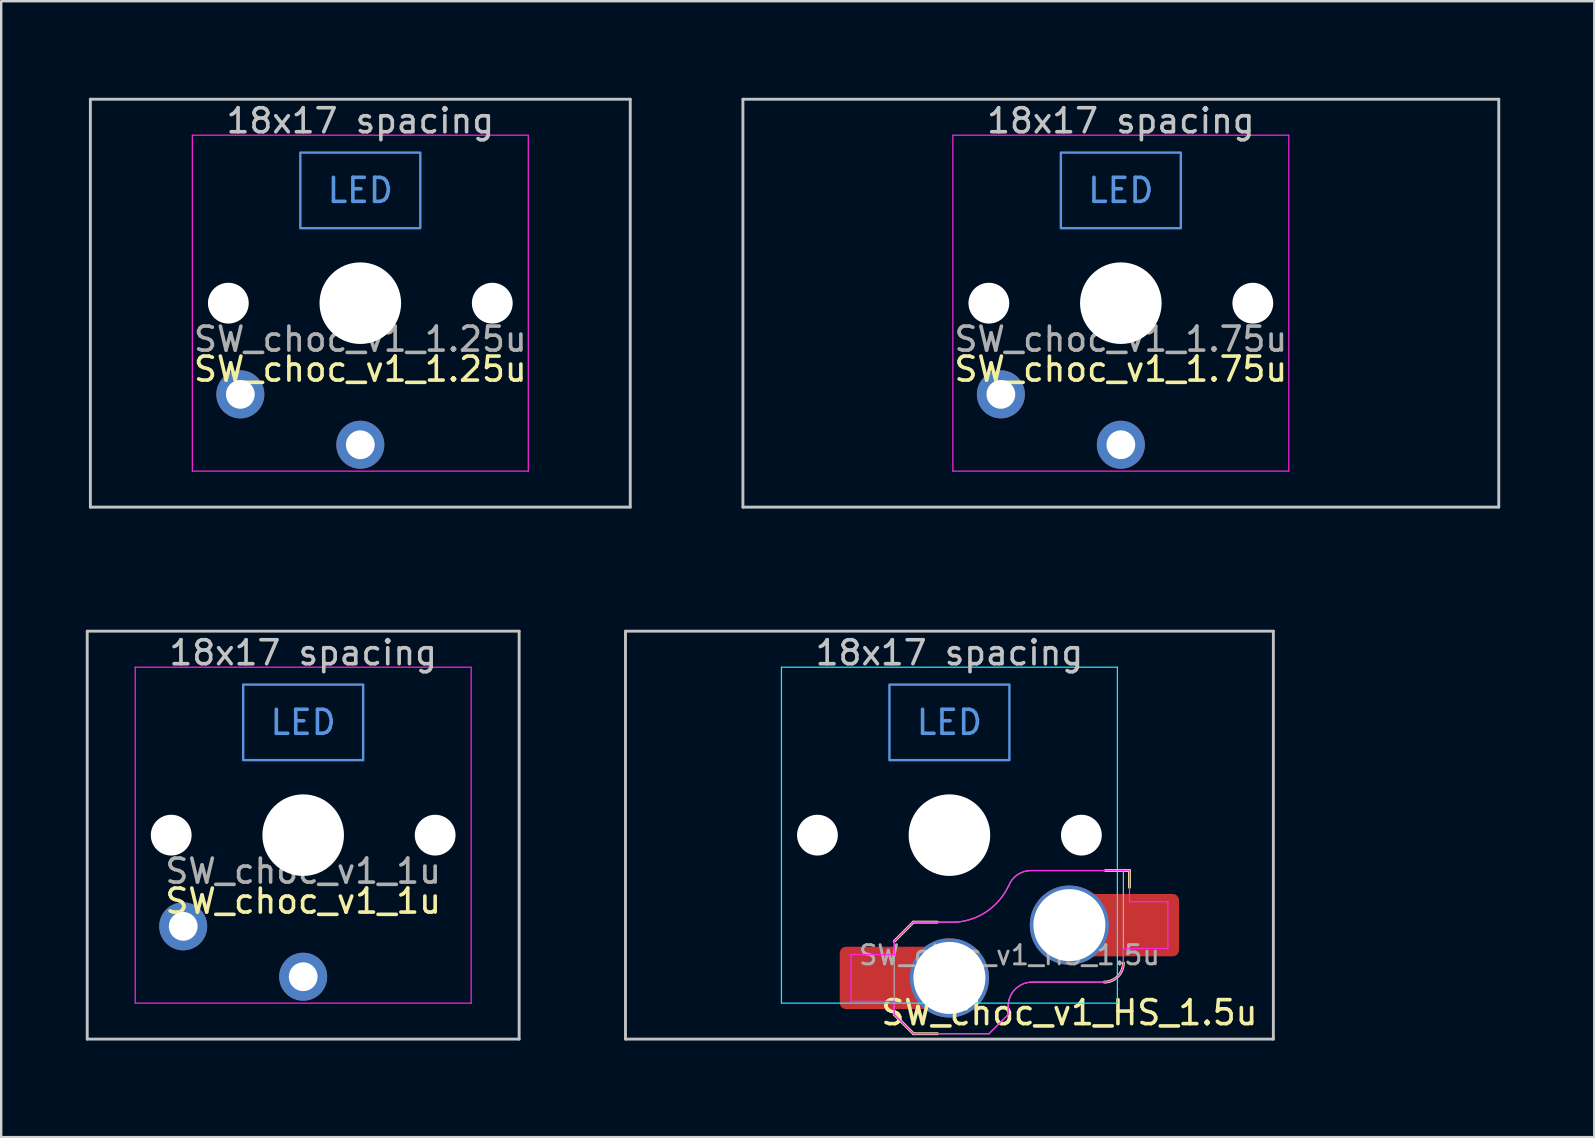
<source format=kicad_pcb>
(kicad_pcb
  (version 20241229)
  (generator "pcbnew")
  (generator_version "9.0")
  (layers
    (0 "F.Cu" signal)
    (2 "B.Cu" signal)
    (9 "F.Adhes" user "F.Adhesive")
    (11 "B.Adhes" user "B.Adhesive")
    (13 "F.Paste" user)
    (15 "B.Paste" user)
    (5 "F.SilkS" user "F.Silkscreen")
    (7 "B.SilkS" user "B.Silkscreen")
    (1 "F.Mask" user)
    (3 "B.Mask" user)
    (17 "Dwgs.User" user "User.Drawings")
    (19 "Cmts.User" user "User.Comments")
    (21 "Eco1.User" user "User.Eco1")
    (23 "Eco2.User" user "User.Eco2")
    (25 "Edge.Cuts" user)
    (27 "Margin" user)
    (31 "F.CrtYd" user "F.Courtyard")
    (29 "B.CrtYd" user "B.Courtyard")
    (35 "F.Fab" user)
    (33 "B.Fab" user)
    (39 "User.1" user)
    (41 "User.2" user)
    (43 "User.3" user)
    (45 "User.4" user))
  (footprint "SW_choc_v1_1u"
    (layer "F.Cu")
    (at 9.585 31.755)
    (property "Reference" "SW_choc_v1_1u" (at 0 2.75 180) (layer "F.SilkS") (effects (font (size 1 1) (thickness 0.15))))
    (attr through_hole exclude_from_pos_files exclude_from_bom)
    (fp_line (start -9 -8.5) (end 9 -8.5) (stroke (width 0.12) (type solid)) (layer "Dwgs.User"))
    (fp_line (start -9 8.5) (end -9 -8.5) (stroke (width 0.12) (type solid)) (layer "Dwgs.User"))
    (fp_line (start 9 -8.5) (end 9 8.5) (stroke (width 0.12) (type solid)) (layer "Dwgs.User"))
    (fp_line (start 9 8.5) (end -9 8.5) (stroke (width 0.12) (type solid)) (layer "Dwgs.User"))
    (fp_rect (start -2.5 -6.275) (end 2.5 -3.125) (stroke (width 0.1) (type default)) (fill no) (layer "Cmts.User"))
    (fp_line (start -9.525 -9.525) (end -9.525 9.525) (stroke (width 0.12) (type solid)) (layer "Eco1.User"))
    (fp_line (start -9.525 9.525) (end 9.525 9.525) (stroke (width 0.12) (type solid)) (layer "Eco1.User"))
    (fp_line (start 9.525 -9.525) (end -9.525 -9.525) (stroke (width 0.12) (type solid)) (layer "Eco1.User"))
    (fp_line (start 9.525 9.525) (end 9.525 -9.525) (stroke (width 0.12) (type solid)) (layer "Eco1.User"))
    (fp_line (start -6.95 6.45) (end -6.95 -6.45) (stroke (width 0.05) (type solid)) (layer "Eco2.User"))
    (fp_line (start -6.45 -6.95) (end 6.45 -6.95) (stroke (width 0.05) (type solid)) (layer "Eco2.User"))
    (fp_line (start 6.45 6.95) (end -6.45 6.95) (stroke (width 0.05) (type solid)) (layer "Eco2.User"))
    (fp_line (start 6.95 -6.45) (end 6.95 6.45) (stroke (width 0.05) (type solid)) (layer "Eco2.User"))
    (fp_arc (start -6.95 -6.45) (mid -6.803553 -6.803553) (end -6.45 -6.95) (stroke (width 0.05) (type solid)) (layer "Eco2.User"))
    (fp_arc (start -6.45 6.95) (mid -6.803553 6.803553) (end -6.95 6.45) (stroke (width 0.05) (type solid)) (layer "Eco2.User"))
    (fp_arc (start 6.45 -6.95) (mid 6.803553 -6.803553) (end 6.95 -6.45) (stroke (width 0.05) (type solid)) (layer "Eco2.User"))
    (fp_arc (start 6.95 6.45) (mid 6.803553 6.803553) (end 6.45 6.95) (stroke (width 0.05) (type solid)) (layer "Eco2.User"))
    (fp_line (start -7 -7) (end 7 -7) (stroke (width 0.05) (type solid)) (layer "F.CrtYd"))
    (fp_line (start -7 7) (end -7 -7) (stroke (width 0.05) (type solid)) (layer "F.CrtYd"))
    (fp_line (start 7 -7) (end 7 7) (stroke (width 0.05) (type solid)) (layer "F.CrtYd"))
    (fp_line (start 7 7) (end -7 7) (stroke (width 0.05) (type solid)) (layer "F.CrtYd"))
    (fp_text user "18x17 spacing" (at 0 -7.6 180) (layer "Dwgs.User") (effects (font (size 1 1) (thickness 0.15))))
    (fp_text user "LED" (at 0 -4.7 0) (unlocked yes) (layer "Cmts.User") (effects (font (size 1 1) (thickness 0.15))))
    (fp_text user "19.05 spacing" (at 0 -8.7 180) (layer "Eco1.User") (effects (font (size 1 1) (thickness 0.15))))
    (fp_text user "${REFERENCE}" (at 0 1.5 0) (layer "F.Fab") (effects (font (size 1 1) (thickness 0.15))))
    (pad "" np_thru_hole circle (at -5.5 0 180) (size 1.7 1.7) (drill 1.7) (layers "*.Cu" "*.Mask"))
    (pad "" np_thru_hole circle (at 0 0 180) (size 3.4 3.4) (drill 3.4) (layers "*.Cu" "*.Mask"))
    (pad "" np_thru_hole circle (at 5.5 0 180) (size 1.7 1.7) (drill 1.7) (layers "*.Cu" "*.Mask"))
    (pad "1" thru_hole circle (at -5 3.8 180) (size 2 2) (drill 1.2) (layers "*.Cu" "B.Mask"))
    (pad "2" thru_hole circle (at 0 5.9 180) (size 2 2) (drill 1.2) (layers "*.Cu" "B.Mask")))
  (footprint "SW_choc_v1_1.75u"
    (layer "F.Cu")
    (at 43.661 9.585)
    (property "Reference" "SW_choc_v1_1.75u" (at 0 2.75 0) (layer "F.SilkS") (effects (font (size 1 1) (thickness 0.15))))
    (attr through_hole exclude_from_pos_files exclude_from_bom)
    (fp_line (start -15.75 -8.5) (end 15.75 -8.5) (stroke (width 0.12) (type solid)) (layer "Dwgs.User"))
    (fp_line (start -15.75 8.5) (end -15.75 -8.5) (stroke (width 0.12) (type solid)) (layer "Dwgs.User"))
    (fp_line (start 15.75 -8.5) (end 15.75 8.5) (stroke (width 0.12) (type solid)) (layer "Dwgs.User"))
    (fp_line (start 15.75 8.5) (end -15.75 8.5) (stroke (width 0.12) (type solid)) (layer "Dwgs.User"))
    (fp_rect (start -2.5 -6.275) (end 2.5 -3.125) (stroke (width 0.1) (type default)) (fill no) (layer "Cmts.User"))
    (fp_line (start -16.669 -9.525) (end -16.669 9.525) (stroke (width 0.12) (type solid)) (layer "Eco1.User"))
    (fp_line (start -16.669 9.525) (end 16.669 9.525) (stroke (width 0.12) (type solid)) (layer "Eco1.User"))
    (fp_line (start 16.669 -9.525) (end -16.669 -9.525) (stroke (width 0.12) (type solid)) (layer "Eco1.User"))
    (fp_line (start 16.669 9.525) (end 16.669 -9.525) (stroke (width 0.12) (type solid)) (layer "Eco1.User"))
    (fp_line (start -6.95 6.45) (end -6.95 -6.45) (stroke (width 0.05) (type solid)) (layer "Eco2.User"))
    (fp_line (start -6.45 -6.95) (end 6.45 -6.95) (stroke (width 0.05) (type solid)) (layer "Eco2.User"))
    (fp_line (start 6.45 6.95) (end -6.45 6.95) (stroke (width 0.05) (type solid)) (layer "Eco2.User"))
    (fp_line (start 6.95 -6.45) (end 6.95 6.45) (stroke (width 0.05) (type solid)) (layer "Eco2.User"))
    (fp_arc (start -6.95 -6.45) (mid -6.803553 -6.803553) (end -6.45 -6.95) (stroke (width 0.05) (type solid)) (layer "Eco2.User"))
    (fp_arc (start -6.45 6.95) (mid -6.803553 6.803553) (end -6.95 6.45) (stroke (width 0.05) (type solid)) (layer "Eco2.User"))
    (fp_arc (start 6.45 -6.95) (mid 6.803553 -6.803553) (end 6.95 -6.45) (stroke (width 0.05) (type solid)) (layer "Eco2.User"))
    (fp_arc (start 6.95 6.45) (mid 6.803553 6.803553) (end 6.45 6.95) (stroke (width 0.05) (type solid)) (layer "Eco2.User"))
    (fp_line (start -7 -7) (end 7 -7) (stroke (width 0.05) (type solid)) (layer "F.CrtYd"))
    (fp_line (start -7 7) (end -7 -7) (stroke (width 0.05) (type solid)) (layer "F.CrtYd"))
    (fp_line (start 7 -7) (end 7 7) (stroke (width 0.05) (type solid)) (layer "F.CrtYd"))
    (fp_line (start 7 7) (end -7 7) (stroke (width 0.05) (type solid)) (layer "F.CrtYd"))
    (fp_text user "18x17 spacing" (at 0 -7.6 0) (layer "Dwgs.User") (effects (font (size 1 1) (thickness 0.15))))
    (fp_text user "LED" (at 0 -4.7 0) (unlocked yes) (layer "Cmts.User") (effects (font (size 1 1) (thickness 0.15))))
    (fp_text user "19.05 spacing" (at 0 -8.7 0) (layer "Eco1.User") (effects (font (size 1 1) (thickness 0.15))))
    (fp_text user "${REFERENCE}" (at 0 1.5 0) (layer "F.Fab") (effects (font (size 1 1) (thickness 0.15))))
    (pad "" np_thru_hole circle (at -5.5 0 180) (size 1.7 1.7) (drill 1.7) (layers "*.Cu" "*.Mask"))
    (pad "" np_thru_hole circle (at 0 0 180) (size 3.4 3.4) (drill 3.4) (layers "*.Cu" "*.Mask"))
    (pad "" np_thru_hole circle (at 5.5 0 180) (size 1.7 1.7) (drill 1.7) (layers "*.Cu" "*.Mask"))
    (pad "1" thru_hole circle (at -5 3.8 180) (size 2 2) (drill 1.2) (layers "*.Cu" "B.Mask"))
    (pad "2" thru_hole circle (at 0 5.9 180) (size 2 2) (drill 1.2) (layers "*.Cu" "B.Mask")))
  (footprint "SW_choc_v1_HS_1.5u"
    (layer "F.Cu")
    (at 36.517 31.755)
    (property "Reference" "SW_choc_v1_HS_1.5u" (at 5 7.4 180) (layer "F.SilkS") (effects (font (size 1 1) (thickness 0.15))))
    (attr smd)
    (fp_line (start -2.3 7.475) (end -1.5 8.275) (stroke (width 0.12) (type solid)) (layer "F.SilkS"))
    (fp_line (start -1.5 3.625) (end -2.3 4.425) (stroke (width 0.12) (type solid)) (layer "F.SilkS"))
    (fp_line (start -1.5 3.625) (end -0.5 3.625) (stroke (width 0.12) (type solid)) (layer "F.SilkS"))
    (fp_line (start -1.5 8.275) (end -0.5 8.275) (stroke (width 0.12) (type solid)) (layer "F.SilkS"))
    (fp_line (start 7.504 1.475) (end 6.504 1.475) (stroke (width 0.12) (type solid)) (layer "F.SilkS"))
    (fp_line (start 7.504 1.475) (end 7.504 2.175) (stroke (width 0.12) (type solid)) (layer "F.SilkS"))
    (fp_arc (start 7.25 5.325) (mid 7.015685 5.890685) (end 6.45 6.125) (stroke (width 0.12) (type solid)) (layer "F.SilkS"))
    (fp_line (start -13.5 -8.5) (end -13.5 8.5) (stroke (width 0.12) (type solid)) (layer "Dwgs.User"))
    (fp_line (start -13.5 8.5) (end 13.5 8.5) (stroke (width 0.12) (type solid)) (layer "Dwgs.User"))
    (fp_line (start 13.5 -8.5) (end -13.5 -8.5) (stroke (width 0.12) (type solid)) (layer "Dwgs.User"))
    (fp_line (start 13.5 8.5) (end 13.5 -8.5) (stroke (width 0.12) (type solid)) (layer "Dwgs.User"))
    (fp_rect (start -2.5 -6.275) (end 2.5 -3.125) (stroke (width 0.1) (type default)) (fill no) (layer "Cmts.User"))
    (fp_line (start -14.287 -9.525) (end 14.287 -9.525) (stroke (width 0.12) (type solid)) (layer "Eco1.User"))
    (fp_line (start -14.287 9.525) (end -14.287 -9.525) (stroke (width 0.12) (type solid)) (layer "Eco1.User"))
    (fp_line (start 14.287 -9.525) (end 14.287 9.525) (stroke (width 0.12) (type solid)) (layer "Eco1.User"))
    (fp_line (start 14.287 9.525) (end -14.287 9.525) (stroke (width 0.12) (type solid)) (layer "Eco1.User"))
    (fp_line (start -6.95 -6.45) (end -6.95 6.45) (stroke (width 0.05) (type solid)) (layer "Eco2.User"))
    (fp_line (start -6.45 6.95) (end 6.45 6.95) (stroke (width 0.05) (type solid)) (layer "Eco2.User"))
    (fp_line (start 6.45 -6.95) (end -6.45 -6.95) (stroke (width 0.05) (type solid)) (layer "Eco2.User"))
    (fp_line (start 6.95 6.45) (end 6.95 -6.45) (stroke (width 0.05) (type solid)) (layer "Eco2.User"))
    (fp_arc (start -6.95 -6.45) (mid -6.803553 -6.803553) (end -6.45 -6.95) (stroke (width 0.05) (type solid)) (layer "Eco2.User"))
    (fp_arc (start -6.45 6.95) (mid -6.803553 6.803553) (end -6.95 6.45) (stroke (width 0.05) (type solid)) (layer "Eco2.User"))
    (fp_arc (start 6.45 -6.95) (mid 6.803553 -6.803553) (end 6.95 -6.45) (stroke (width 0.05) (type solid)) (layer "Eco2.User"))
    (fp_arc (start 6.95 6.45) (mid 6.803553 6.803553) (end 6.45 6.95) (stroke (width 0.05) (type solid)) (layer "Eco2.User"))
    (fp_line (start -7 -7) (end -7 7) (stroke (width 0.05) (type solid)) (layer "B.CrtYd"))
    (fp_line (start -7 7) (end 7 7) (stroke (width 0.05) (type solid)) (layer "B.CrtYd"))
    (fp_line (start 7 -7) (end -7 -7) (stroke (width 0.05) (type solid)) (layer "B.CrtYd"))
    (fp_line (start 7 7) (end 7 -7) (stroke (width 0.05) (type solid)) (layer "B.CrtYd"))
    (fp_line (start -4.104 4.975) (end -4.104 6.925) (stroke (width 0.05) (type solid)) (layer "F.CrtYd"))
    (fp_line (start -4.104 4.975) (end -2.3 4.975) (stroke (width 0.05) (type solid)) (layer "F.CrtYd"))
    (fp_line (start -4.104 6.925) (end -2.3 6.925) (stroke (width 0.05) (type solid)) (layer "F.CrtYd"))
    (fp_line (start -2.3 4.975) (end -2.3 4.425) (stroke (width 0.05) (type solid)) (layer "F.CrtYd"))
    (fp_line (start -2.3 7.475) (end -2.3 6.925) (stroke (width 0.05) (type solid)) (layer "F.CrtYd"))
    (fp_line (start -2.3 7.475) (end -1.5 8.275) (stroke (width 0.05) (type solid)) (layer "F.CrtYd"))
    (fp_line (start -1.5 3.625) (end -2.3 4.425) (stroke (width 0.05) (type solid)) (layer "F.CrtYd"))
    (fp_line (start -1.5 3.625) (end 0.3 3.625) (stroke (width 0.05) (type solid)) (layer "F.CrtYd"))
    (fp_line (start -1.5 8.275) (end 1.65 8.275) (stroke (width 0.05) (type solid)) (layer "F.CrtYd"))
    (fp_line (start 2.45 7.475) (end 1.65 8.275) (stroke (width 0.05) (type solid)) (layer "F.CrtYd"))
    (fp_line (start 2.45 7.475) (end 2.45 7.125) (stroke (width 0.05) (type solid)) (layer "F.CrtYd"))
    (fp_line (start 3.45 6.125) (end 6.45 6.125) (stroke (width 0.05) (type solid)) (layer "F.CrtYd"))
    (fp_line (start 7.25 4.725) (end 9.104 4.725) (stroke (width 0.05) (type solid)) (layer "F.CrtYd"))
    (fp_line (start 7.25 5.325) (end 7.25 4.725) (stroke (width 0.05) (type solid)) (layer "F.CrtYd"))
    (fp_line (start 7.504 1.475) (end 3.4 1.475) (stroke (width 0.05) (type solid)) (layer "F.CrtYd"))
    (fp_line (start 7.504 1.475) (end 7.504 2.175) (stroke (width 0.05) (type solid)) (layer "F.CrtYd"))
    (fp_line (start 7.504 2.175) (end 7.504 2.775) (stroke (width 0.05) (type solid)) (layer "F.CrtYd"))
    (fp_line (start 9.104 2.775) (end 7.504 2.775) (stroke (width 0.05) (type solid)) (layer "F.CrtYd"))
    (fp_line (start 9.104 4.725) (end 9.104 2.775) (stroke (width 0.05) (type solid)) (layer "F.CrtYd"))
    (fp_arc (start 2.45 7.125) (mid 2.742893 6.417893) (end 3.45 6.125) (stroke (width 0.05) (type solid)) (layer "F.CrtYd"))
    (fp_arc (start 2.455444 2.13293) (mid 1.577272 3.167235) (end 0.299999 3.624999) (stroke (width 0.05) (type solid)) (layer "F.CrtYd"))
    (fp_arc (start 2.460307 2.13298) (mid 2.826423 1.655848) (end 3.4 1.475) (stroke (width 0.05) (type solid)) (layer "F.CrtYd"))
    (fp_arc (start 7.25 5.325) (mid 7.015685 5.890685) (end 6.45 6.125) (stroke (width 0.05) (type solid)) (layer "F.CrtYd"))
    (fp_line (start -2.3 7.475) (end -2.3 4.425) (stroke (width 0.05) (type solid)) (layer "F.Fab"))
    (fp_line (start -2.3 7.475) (end -1.5 8.275) (stroke (width 0.05) (type solid)) (layer "F.Fab"))
    (fp_line (start -1.5 3.625) (end -2.3 4.425) (stroke (width 0.05) (type solid)) (layer "F.Fab"))
    (fp_line (start -1.5 3.625) (end 0.3 3.625) (stroke (width 0.05) (type solid)) (layer "F.Fab"))
    (fp_line (start -1.5 8.275) (end 1.65 8.275) (stroke (width 0.05) (type solid)) (layer "F.Fab"))
    (fp_line (start 2.45 7.475) (end 1.65 8.275) (stroke (width 0.05) (type solid)) (layer "F.Fab"))
    (fp_line (start 2.45 7.475) (end 2.45 7.125) (stroke (width 0.05) (type solid)) (layer "F.Fab"))
    (fp_line (start 3.45 6.125) (end 6.45 6.125) (stroke (width 0.05) (type solid)) (layer "F.Fab"))
    (fp_line (start 7.25 1.475) (end 3.4 1.475) (stroke (width 0.05) (type solid)) (layer "F.Fab"))
    (fp_line (start 7.25 5.325) (end 7.25 1.475) (stroke (width 0.05) (type solid)) (layer "F.Fab"))
    (fp_arc (start 2.45 7.125) (mid 2.742893 6.417893) (end 3.45 6.125) (stroke (width 0.05) (type solid)) (layer "F.Fab"))
    (fp_arc (start 2.455444 2.13293) (mid 1.577272 3.167235) (end 0.299999 3.624999) (stroke (width 0.05) (type solid)) (layer "F.Fab"))
    (fp_arc (start 2.460307 2.13298) (mid 2.826423 1.655848) (end 3.4 1.475) (stroke (width 0.05) (type solid)) (layer "F.Fab"))
    (fp_arc (start 7.25 5.325) (mid 7.015685 5.890685) (end 6.45 6.125) (stroke (width 0.05) (type solid)) (layer "F.Fab"))
    (fp_text user "18x17 spacing" (at 0 -7.6 180) (layer "Dwgs.User") (effects (font (size 1 1) (thickness 0.15))))
    (fp_text user "LED" (at 0 -4.7 0) (unlocked yes) (layer "Cmts.User") (effects (font (size 1 1) (thickness 0.15))))
    (fp_text user "19.05 spacing" (at 0 -8.7 180) (layer "Eco1.User") (effects (font (size 1 1) (thickness 0.15))))
    (fp_text user "${REFERENCE}" (at 2.5 5 0) (layer "F.Fab") (effects (font (size 0.8 0.8) (thickness 0.12))))
    (pad "" np_thru_hole circle (at -5.5 0 180) (size 1.7 1.7) (drill 1.7) (layers "*.Cu" "*.Mask"))
    (pad "" np_thru_hole circle (at 0 0 180) (size 3.4 3.4) (drill 3.4) (layers "*.Cu" "*.Mask"))
    (pad "" np_thru_hole circle (at 5.5 0 180) (size 1.7 1.7) (drill 1.7) (layers "*.Cu" "*.Mask"))
    (pad "1" thru_hole circle (at 5 3.75) (size 3.3 3.3) (drill 3) (layers "*.Cu" "F.Mask"))
    (pad "1" smd rect (at 6.55 3.75) (size 1.2 2.6) (layers "F.Cu"))
    (pad "1" smd roundrect (at 8.245 3.75) (size 2.65 2.6) (layers "F.Cu" "F.Mask" "F.Paste") (roundrect_rratio 0.1))
    (pad "2" smd roundrect (at -3.245 5.95) (size 2.65 2.6) (layers "F.Cu" "F.Mask" "F.Paste") (roundrect_rratio 0.1))
    (pad "2" smd rect (at -1.55 5.95 180) (size 1.2 2.6) (layers "F.Cu"))
    (pad "2" thru_hole circle (at 0 5.95) (size 3.3 3.3) (drill 3) (layers "*.Cu" "F.Mask")))
  (footprint "SW_choc_v1_1.25u"
    (layer "F.Cu")
    (at 11.966 9.585)
    (property "Reference" "SW_choc_v1_1.25u" (at 0 2.75 0) (layer "F.SilkS") (effects (font (size 1 1) (thickness 0.15))))
    (attr through_hole exclude_from_pos_files exclude_from_bom)
    (fp_line (start -11.25 -8.5) (end 11.25 -8.5) (stroke (width 0.12) (type solid)) (layer "Dwgs.User"))
    (fp_line (start -11.25 8.5) (end -11.25 -8.5) (stroke (width 0.12) (type solid)) (layer "Dwgs.User"))
    (fp_line (start 11.25 -8.5) (end 11.25 8.5) (stroke (width 0.12) (type solid)) (layer "Dwgs.User"))
    (fp_line (start 11.25 8.5) (end -11.25 8.5) (stroke (width 0.12) (type solid)) (layer "Dwgs.User"))
    (fp_rect (start -2.5 -6.275) (end 2.5 -3.125) (stroke (width 0.1) (type default)) (fill no) (layer "Cmts.User"))
    (fp_line (start -11.906 -9.525) (end -11.906 9.525) (stroke (width 0.12) (type solid)) (layer "Eco1.User"))
    (fp_line (start -11.906 9.525) (end 11.906 9.525) (stroke (width 0.12) (type solid)) (layer "Eco1.User"))
    (fp_line (start 11.906 -9.525) (end -11.906 -9.525) (stroke (width 0.12) (type solid)) (layer "Eco1.User"))
    (fp_line (start 11.906 9.525) (end 11.906 -9.525) (stroke (width 0.12) (type solid)) (layer "Eco1.User"))
    (fp_line (start -6.95 6.45) (end -6.95 -6.45) (stroke (width 0.05) (type solid)) (layer "Eco2.User"))
    (fp_line (start -6.45 -6.95) (end 6.45 -6.95) (stroke (width 0.05) (type solid)) (layer "Eco2.User"))
    (fp_line (start 6.45 6.95) (end -6.45 6.95) (stroke (width 0.05) (type solid)) (layer "Eco2.User"))
    (fp_line (start 6.95 -6.45) (end 6.95 6.45) (stroke (width 0.05) (type solid)) (layer "Eco2.User"))
    (fp_arc (start -6.95 -6.45) (mid -6.803553 -6.803553) (end -6.45 -6.95) (stroke (width 0.05) (type solid)) (layer "Eco2.User"))
    (fp_arc (start -6.45 6.95) (mid -6.803553 6.803553) (end -6.95 6.45) (stroke (width 0.05) (type solid)) (layer "Eco2.User"))
    (fp_arc (start 6.45 -6.95) (mid 6.803553 -6.803553) (end 6.95 -6.45) (stroke (width 0.05) (type solid)) (layer "Eco2.User"))
    (fp_arc (start 6.95 6.45) (mid 6.803553 6.803553) (end 6.45 6.95) (stroke (width 0.05) (type solid)) (layer "Eco2.User"))
    (fp_line (start -7 -7) (end 7 -7) (stroke (width 0.05) (type solid)) (layer "F.CrtYd"))
    (fp_line (start -7 7) (end -7 -7) (stroke (width 0.05) (type solid)) (layer "F.CrtYd"))
    (fp_line (start 7 -7) (end 7 7) (stroke (width 0.05) (type solid)) (layer "F.CrtYd"))
    (fp_line (start 7 7) (end -7 7) (stroke (width 0.05) (type solid)) (layer "F.CrtYd"))
    (fp_text user "18x17 spacing" (at 0 -7.6 0) (layer "Dwgs.User") (effects (font (size 1 1) (thickness 0.15))))
    (fp_text user "LED" (at 0 -4.7 0) (unlocked yes) (layer "Cmts.User") (effects (font (size 1 1) (thickness 0.15))))
    (fp_text user "19.05 spacing" (at 0 -8.7 0) (layer "Eco1.User") (effects (font (size 1 1) (thickness 0.15))))
    (fp_text user "${REFERENCE}" (at 0 1.5 0) (layer "F.Fab") (effects (font (size 1 1) (thickness 0.15))))
    (pad "" np_thru_hole circle (at -5.5 0 180) (size 1.7 1.7) (drill 1.7) (layers "*.Cu" "*.Mask"))
    (pad "" np_thru_hole circle (at 0 0 180) (size 3.4 3.4) (drill 3.4) (layers "*.Cu" "*.Mask"))
    (pad "" np_thru_hole circle (at 5.5 0 180) (size 1.7 1.7) (drill 1.7) (layers "*.Cu" "*.Mask"))
    (pad "1" thru_hole circle (at -5 3.8 180) (size 2 2) (drill 1.2) (layers "*.Cu" "B.Mask"))
    (pad "2" thru_hole circle (at 0 5.9 180) (size 2 2) (drill 1.2) (layers "*.Cu" "B.Mask")))
  (gr_rect
    (start -3 -3)
    (end 63.39 44.34)
    (stroke (width 0.1) (type default))
    (fill no)
    (layer "Edge.Cuts")))
</source>
